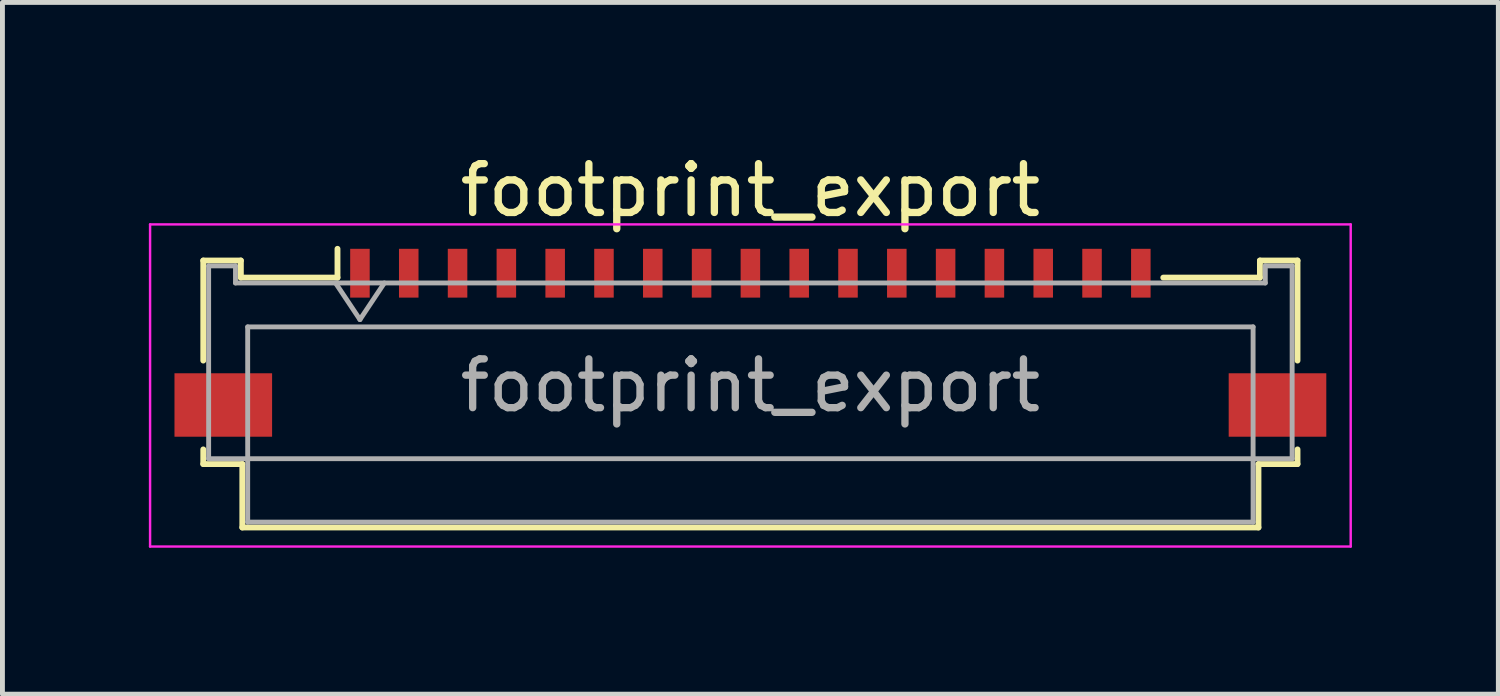
<source format=kicad_pcb>
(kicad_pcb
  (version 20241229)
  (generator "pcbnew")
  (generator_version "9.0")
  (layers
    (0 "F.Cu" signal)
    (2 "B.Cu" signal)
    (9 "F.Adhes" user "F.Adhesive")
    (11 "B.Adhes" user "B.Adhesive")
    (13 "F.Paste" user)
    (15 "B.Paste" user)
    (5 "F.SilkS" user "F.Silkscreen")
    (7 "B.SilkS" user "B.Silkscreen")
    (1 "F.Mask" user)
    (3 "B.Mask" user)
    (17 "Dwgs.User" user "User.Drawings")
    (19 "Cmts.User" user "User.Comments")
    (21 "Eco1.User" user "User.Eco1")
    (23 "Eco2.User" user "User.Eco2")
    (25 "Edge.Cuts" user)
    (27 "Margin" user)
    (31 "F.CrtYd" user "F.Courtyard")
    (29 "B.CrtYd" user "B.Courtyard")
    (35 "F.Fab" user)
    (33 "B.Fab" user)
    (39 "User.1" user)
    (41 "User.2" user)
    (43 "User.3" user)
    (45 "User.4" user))
  (footprint "footprint_export"
    (layer "F.Cu")
    (at 12.325 3.458)
    (property "Reference" "footprint_export" (at 0 -2.61 0) (layer "F.SilkS") (effects (font (size 1 1) (thickness 0.15))))
    (attr smd)
    (fp_line (start -11.21 -1.17) (end -11.21 0.88) (stroke (width 0.12) (type solid)) (layer "F.SilkS"))
    (fp_line (start -11.21 2.7) (end -11.21 3) (stroke (width 0.12) (type solid)) (layer "F.SilkS"))
    (fp_line (start -11.21 3) (end -10.41 3) (stroke (width 0.12) (type solid)) (layer "F.SilkS"))
    (fp_line (start -10.44 -1.17) (end -11.21 -1.17) (stroke (width 0.12) (type solid)) (layer "F.SilkS"))
    (fp_line (start -10.44 -0.82) (end -10.44 -1.17) (stroke (width 0.12) (type solid)) (layer "F.SilkS"))
    (fp_line (start -10.41 3) (end -10.41 4.3) (stroke (width 0.12) (type solid)) (layer "F.SilkS"))
    (fp_line (start -10.41 4.3) (end 10.41 4.3) (stroke (width 0.12) (type solid)) (layer "F.SilkS"))
    (fp_line (start -8.46 -1.41) (end -8.46 -0.82) (stroke (width 0.12) (type solid)) (layer "F.SilkS"))
    (fp_line (start -8.46 -0.82) (end -10.44 -0.82) (stroke (width 0.12) (type solid)) (layer "F.SilkS"))
    (fp_line (start 10.41 3) (end 11.21 3) (stroke (width 0.12) (type solid)) (layer "F.SilkS"))
    (fp_line (start 10.41 4.3) (end 10.41 3) (stroke (width 0.12) (type solid)) (layer "F.SilkS"))
    (fp_line (start 10.44 -1.17) (end 10.44 -0.82) (stroke (width 0.12) (type solid)) (layer "F.SilkS"))
    (fp_line (start 10.44 -0.82) (end 8.46 -0.82) (stroke (width 0.12) (type solid)) (layer "F.SilkS"))
    (fp_line (start 11.21 -1.17) (end 10.44 -1.17) (stroke (width 0.12) (type solid)) (layer "F.SilkS"))
    (fp_line (start 11.21 0.88) (end 11.21 -1.17) (stroke (width 0.12) (type solid)) (layer "F.SilkS"))
    (fp_line (start 11.21 3) (end 11.21 2.7) (stroke (width 0.12) (type solid)) (layer "F.SilkS"))
    (fp_line (start -12.3 -1.91) (end -12.3 4.69) (stroke (width 0.05) (type solid)) (layer "F.CrtYd"))
    (fp_line (start -12.3 4.69) (end 12.3 4.69) (stroke (width 0.05) (type solid)) (layer "F.CrtYd"))
    (fp_line (start 12.3 -1.91) (end -12.3 -1.91) (stroke (width 0.05) (type solid)) (layer "F.CrtYd"))
    (fp_line (start 12.3 4.69) (end 12.3 -1.91) (stroke (width 0.05) (type solid)) (layer "F.CrtYd"))
    (fp_line (start -11.1 -1.06) (end -11.1 2.89) (stroke (width 0.1) (type solid)) (layer "F.Fab"))
    (fp_line (start -11.1 2.89) (end 11.1 2.89) (stroke (width 0.1) (type solid)) (layer "F.Fab"))
    (fp_line (start -10.55 -1.06) (end -11.1 -1.06) (stroke (width 0.1) (type solid)) (layer "F.Fab"))
    (fp_line (start -10.55 -0.71) (end -10.55 -1.06) (stroke (width 0.1) (type solid)) (layer "F.Fab"))
    (fp_line (start -10.3 0.19) (end -10.3 4.19) (stroke (width 0.1) (type solid)) (layer "F.Fab"))
    (fp_line (start -10.3 4.19) (end 10.3 4.19) (stroke (width 0.1) (type solid)) (layer "F.Fab"))
    (fp_line (start -8.5 -0.71) (end -8 0.04) (stroke (width 0.1) (type solid)) (layer "F.Fab"))
    (fp_line (start -8 0.04) (end -7.5 -0.71) (stroke (width 0.1) (type solid)) (layer "F.Fab"))
    (fp_line (start 10.3 0.19) (end -10.3 0.19) (stroke (width 0.1) (type solid)) (layer "F.Fab"))
    (fp_line (start 10.3 4.19) (end 10.3 0.19) (stroke (width 0.1) (type solid)) (layer "F.Fab"))
    (fp_line (start 10.55 -1.06) (end 10.55 -0.71) (stroke (width 0.1) (type solid)) (layer "F.Fab"))
    (fp_line (start 10.55 -0.71) (end -10.55 -0.71) (stroke (width 0.1) (type solid)) (layer "F.Fab"))
    (fp_line (start 11.1 -1.06) (end 10.55 -1.06) (stroke (width 0.1) (type solid)) (layer "F.Fab"))
    (fp_line (start 11.1 2.89) (end 11.1 -1.06) (stroke (width 0.1) (type solid)) (layer "F.Fab"))
    (fp_text user "${REFERENCE}" (at 0 1.39 0) (layer "F.Fab") (effects (font (size 1 1) (thickness 0.15))))
    (pad "1" smd rect (at -8 -0.91) (size 0.4 1) (layers "F.Cu" "F.Mask" "F.Paste"))
    (pad "2" smd rect (at -7 -0.91) (size 0.4 1) (layers "F.Cu" "F.Mask" "F.Paste"))
    (pad "3" smd rect (at -6 -0.91) (size 0.4 1) (layers "F.Cu" "F.Mask" "F.Paste"))
    (pad "4" smd rect (at -5 -0.91) (size 0.4 1) (layers "F.Cu" "F.Mask" "F.Paste"))
    (pad "5" smd rect (at -4 -0.91) (size 0.4 1) (layers "F.Cu" "F.Mask" "F.Paste"))
    (pad "6" smd rect (at -3 -0.91) (size 0.4 1) (layers "F.Cu" "F.Mask" "F.Paste"))
    (pad "7" smd rect (at -2 -0.91) (size 0.4 1) (layers "F.Cu" "F.Mask" "F.Paste"))
    (pad "8" smd rect (at -1 -0.91) (size 0.4 1) (layers "F.Cu" "F.Mask" "F.Paste"))
    (pad "9" smd rect (at 0 -0.91) (size 0.4 1) (layers "F.Cu" "F.Mask" "F.Paste"))
    (pad "10" smd rect (at 1 -0.91) (size 0.4 1) (layers "F.Cu" "F.Mask" "F.Paste"))
    (pad "11" smd rect (at 2 -0.91) (size 0.4 1) (layers "F.Cu" "F.Mask" "F.Paste"))
    (pad "12" smd rect (at 3 -0.91) (size 0.4 1) (layers "F.Cu" "F.Mask" "F.Paste"))
    (pad "13" smd rect (at 4 -0.91) (size 0.4 1) (layers "F.Cu" "F.Mask" "F.Paste"))
    (pad "14" smd rect (at 5 -0.91) (size 0.4 1) (layers "F.Cu" "F.Mask" "F.Paste"))
    (pad "15" smd rect (at 6 -0.91) (size 0.4 1) (layers "F.Cu" "F.Mask" "F.Paste"))
    (pad "16" smd rect (at 7 -0.91) (size 0.4 1) (layers "F.Cu" "F.Mask" "F.Paste"))
    (pad "17" smd rect (at 8 -0.91) (size 0.4 1) (layers "F.Cu" "F.Mask" "F.Paste"))
    (pad "MP" smd rect (at -10.8 1.79) (size 2 1.3) (layers "F.Cu" "F.Mask" "F.Paste"))
    (pad "MP" smd rect (at 10.8 1.79) (size 2 1.3) (layers "F.Cu" "F.Mask" "F.Paste")))
  (gr_rect
    (start -3 -3)
    (end 27.65 11.173)
    (stroke (width 0.1) (type default))
    (fill no)
    (layer "Edge.Cuts")))
</source>
